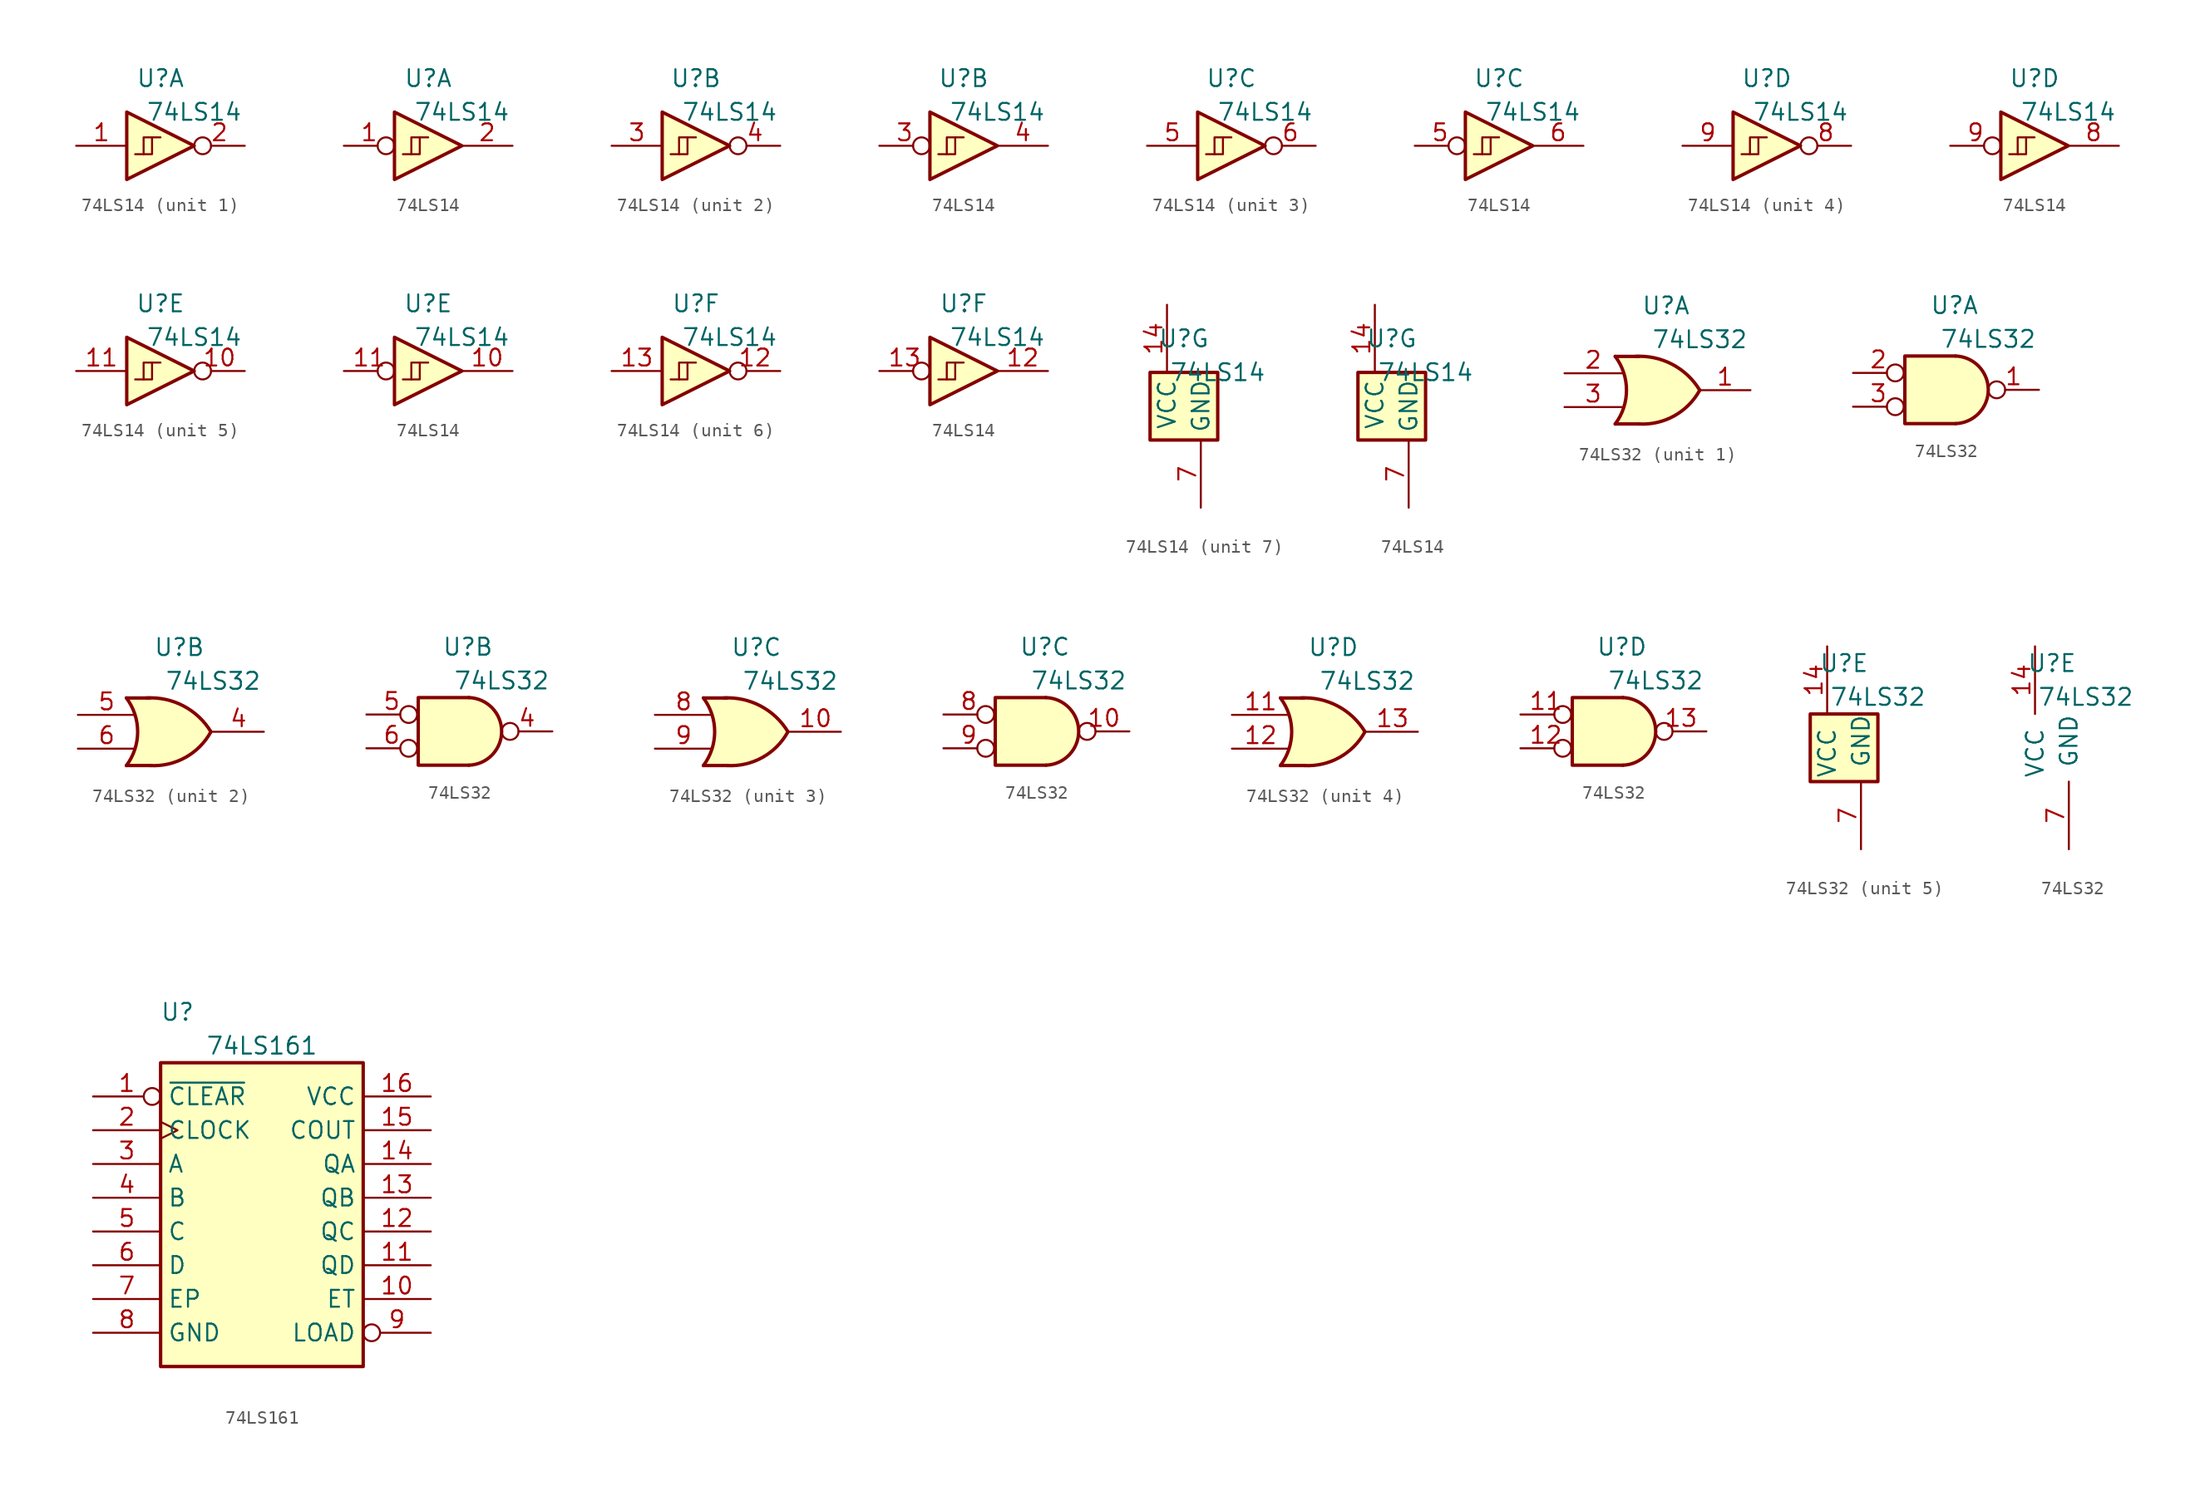
<source format=kicad_sym>
(kicad_symbol_lib
  (version 20220914)
  (generator kicad_symbol_editor)
  (symbol "74LS14"
    (property "Reference" "U"
      (at 0 5.08 0)
      (effects (font (size 1.27 1.27))))
    (property "Value" "74LS14"
      (at 2.54 2.54 0)
      (effects (font (size 1.27 1.27))))
    (property "ki_locked" ""
      (at 0 0 0)
      (effects (font (size 1.27 1.27))))
    (symbol "74LS14_1_0"
      (polyline (pts (xy -0.635 0.635) (xy -0.635 -0.635) (xy -1.905 -0.635)) (stroke (width 0) (type default)) (fill (type none)))
      (polyline (pts (xy 0 0.635) (xy -1.27 0.635) (xy -1.27 -0.635)) (stroke (width 0) (type default)) (fill (type none)))
      (polyline (pts (xy -2.54 2.54) (xy -2.54 -2.54) (xy 2.54 0) (xy -2.54 2.54)) (stroke (width 0.254) (type default)) (fill (type background))))
    (symbol "74LS14_1_1"
      (pin input line (at -6.35 0 0) (length 3.81) (name "~" (effects (font (size 1.27 1.27)))) (number "1" (effects (font (size 1.27 1.27)))))
      (pin output inverted (at 6.35 0 180) (length 3.81) (name "~" (effects (font (size 1.27 1.27)))) (number "2" (effects (font (size 1.27 1.27))))))
    (symbol "74LS14_1_2"
      (pin input inverted (at -6.35 0 0) (length 3.81) (name "~" (effects (font (size 1.27 1.27)))) (number "1" (effects (font (size 1.27 1.27)))))
      (pin output line (at 6.35 0 180) (length 3.81) (name "~" (effects (font (size 1.27 1.27)))) (number "2" (effects (font (size 1.27 1.27))))))
    (symbol "74LS14_2_0"
      (polyline (pts (xy -0.635 0.635) (xy -0.635 -0.635) (xy -1.905 -0.635)) (stroke (width 0) (type default)) (fill (type none)))
      (polyline (pts (xy 0 0.635) (xy -1.27 0.635) (xy -1.27 -0.635)) (stroke (width 0) (type default)) (fill (type none)))
      (polyline (pts (xy -2.54 2.54) (xy -2.54 -2.54) (xy 2.54 0) (xy -2.54 2.54)) (stroke (width 0.254) (type default)) (fill (type background))))
    (symbol "74LS14_2_1"
      (pin input line (at -6.35 0 0) (length 3.81) (name "~" (effects (font (size 1.27 1.27)))) (number "3" (effects (font (size 1.27 1.27)))))
      (pin output inverted (at 6.35 0 180) (length 3.81) (name "~" (effects (font (size 1.27 1.27)))) (number "4" (effects (font (size 1.27 1.27))))))
    (symbol "74LS14_2_2"
      (pin input inverted (at -6.35 0 0) (length 3.81) (name "~" (effects (font (size 1.27 1.27)))) (number "3" (effects (font (size 1.27 1.27)))))
      (pin output line (at 6.35 0 180) (length 3.81) (name "~" (effects (font (size 1.27 1.27)))) (number "4" (effects (font (size 1.27 1.27))))))
    (symbol "74LS14_3_0"
      (polyline (pts (xy -0.635 0.635) (xy -0.635 -0.635) (xy -1.905 -0.635)) (stroke (width 0) (type default)) (fill (type none)))
      (polyline (pts (xy 0 0.635) (xy -1.27 0.635) (xy -1.27 -0.635)) (stroke (width 0) (type default)) (fill (type none)))
      (polyline (pts (xy -2.54 2.54) (xy -2.54 -2.54) (xy 2.54 0) (xy -2.54 2.54)) (stroke (width 0.254) (type default)) (fill (type background))))
    (symbol "74LS14_3_1"
      (pin input line (at -6.35 0 0) (length 3.81) (name "~" (effects (font (size 1.27 1.27)))) (number "5" (effects (font (size 1.27 1.27)))))
      (pin output inverted (at 6.35 0 180) (length 3.81) (name "~" (effects (font (size 1.27 1.27)))) (number "6" (effects (font (size 1.27 1.27))))))
    (symbol "74LS14_3_2"
      (pin input inverted (at -6.35 0 0) (length 3.81) (name "~" (effects (font (size 1.27 1.27)))) (number "5" (effects (font (size 1.27 1.27)))))
      (pin output line (at 6.35 0 180) (length 3.81) (name "~" (effects (font (size 1.27 1.27)))) (number "6" (effects (font (size 1.27 1.27))))))
    (symbol "74LS14_4_0"
      (polyline (pts (xy -0.635 0.635) (xy -0.635 -0.635) (xy -1.905 -0.635)) (stroke (width 0) (type default)) (fill (type none)))
      (polyline (pts (xy 0 0.635) (xy -1.27 0.635) (xy -1.27 -0.635)) (stroke (width 0) (type default)) (fill (type none)))
      (polyline (pts (xy -2.54 2.54) (xy -2.54 -2.54) (xy 2.54 0) (xy -2.54 2.54)) (stroke (width 0.254) (type default)) (fill (type background))))
    (symbol "74LS14_4_1"
      (pin output inverted (at 6.35 0 180) (length 3.81) (name "~" (effects (font (size 1.27 1.27)))) (number "8" (effects (font (size 1.27 1.27)))))
      (pin input line (at -6.35 0 0) (length 3.81) (name "~" (effects (font (size 1.27 1.27)))) (number "9" (effects (font (size 1.27 1.27))))))
    (symbol "74LS14_4_2"
      (pin output line (at 6.35 0 180) (length 3.81) (name "~" (effects (font (size 1.27 1.27)))) (number "8" (effects (font (size 1.27 1.27)))))
      (pin input inverted (at -6.35 0 0) (length 3.81) (name "~" (effects (font (size 1.27 1.27)))) (number "9" (effects (font (size 1.27 1.27))))))
    (symbol "74LS14_5_0"
      (polyline (pts (xy -0.635 0.635) (xy -0.635 -0.635) (xy -1.905 -0.635)) (stroke (width 0) (type default)) (fill (type none)))
      (polyline (pts (xy 0 0.635) (xy -1.27 0.635) (xy -1.27 -0.635)) (stroke (width 0) (type default)) (fill (type none)))
      (polyline (pts (xy -2.54 2.54) (xy -2.54 -2.54) (xy 2.54 0) (xy -2.54 2.54)) (stroke (width 0.254) (type default)) (fill (type background))))
    (symbol "74LS14_5_1"
      (pin output inverted (at 6.35 0 180) (length 3.81) (name "~" (effects (font (size 1.27 1.27)))) (number "10" (effects (font (size 1.27 1.27)))))
      (pin input line (at -6.35 0 0) (length 3.81) (name "~" (effects (font (size 1.27 1.27)))) (number "11" (effects (font (size 1.27 1.27))))))
    (symbol "74LS14_5_2"
      (pin output line (at 6.35 0 180) (length 3.81) (name "~" (effects (font (size 1.27 1.27)))) (number "10" (effects (font (size 1.27 1.27)))))
      (pin input inverted (at -6.35 0 0) (length 3.81) (name "~" (effects (font (size 1.27 1.27)))) (number "11" (effects (font (size 1.27 1.27))))))
    (symbol "74LS14_6_0"
      (polyline (pts (xy -0.635 0.635) (xy -0.635 -0.635) (xy -1.905 -0.635)) (stroke (width 0) (type default)) (fill (type none)))
      (polyline (pts (xy 0 0.635) (xy -1.27 0.635) (xy -1.27 -0.635)) (stroke (width 0) (type default)) (fill (type none)))
      (polyline (pts (xy -2.54 2.54) (xy -2.54 -2.54) (xy 2.54 0) (xy -2.54 2.54)) (stroke (width 0.254) (type default)) (fill (type background))))
    (symbol "74LS14_6_1"
      (pin output inverted (at 6.35 0 180) (length 3.81) (name "~" (effects (font (size 1.27 1.27)))) (number "12" (effects (font (size 1.27 1.27)))))
      (pin input line (at -6.35 0 0) (length 3.81) (name "~" (effects (font (size 1.27 1.27)))) (number "13" (effects (font (size 1.27 1.27))))))
    (symbol "74LS14_6_2"
      (pin output line (at 6.35 0 180) (length 3.81) (name "~" (effects (font (size 1.27 1.27)))) (number "12" (effects (font (size 1.27 1.27)))))
      (pin input inverted (at -6.35 0 0) (length 3.81) (name "~" (effects (font (size 1.27 1.27)))) (number "13" (effects (font (size 1.27 1.27))))))
    (symbol "74LS14_7_0"
      (rectangle (start -2.54 2.54) (end 2.54 -2.54) (stroke (width 0.254) (type default)) (fill (type background)))
      (pin power_in line (at -1.27 7.62 270) (length 5.08) (name "VCC" (effects (font (size 1.27 1.27)))) (number "14" (effects (font (size 1.27 1.27)))))
      (pin power_in line (at 1.27 -7.62 90) (length 5.08) (name "GND" (effects (font (size 1.27 1.27)))) (number "7" (effects (font (size 1.27 1.27)))))))
  (symbol "74LS32"
    (pin_names
      (offset 1.016))
    (property "Reference" "U"
      (at 0 6.35 0)
      (effects (font (size 1.27 1.27))))
    (property "Value" "74LS32"
      (at 2.54 3.81 0)
      (effects (font (size 1.27 1.27))))
    (property "ki_locked" ""
      (at 0 0 0)
      (effects (font (size 1.27 1.27))))
    (symbol "74LS32_1_1"
      (arc (start -3.81 -2.54) (mid -2.964 0) (end -3.81 2.54) (stroke (width 0.254) (type default)) (fill (type none)))
      (arc (start -2.032 -2.54) (mid 0.6219 -1.9322) (end 2.54 0) (stroke (width 0.254) (type default)) (fill (type background)))
      (polyline (pts (xy -3.81 -2.54) (xy -2.032 -2.54)) (stroke (width 0.254) (type default)) (fill (type none)))
      (polyline (pts (xy -3.81 2.54) (xy -2.032 2.54)) (stroke (width 0.254) (type default)) (fill (type none)))
      (polyline (pts (xy -1.27 2.54) (xy -3.81 2.54) (xy -3.175 1.27) (xy -2.794 0) (xy -3.175 -1.27) (xy -3.81 -2.54) (xy -1.27 -2.54)) (stroke (width -25.4) (type default)) (fill (type background)))
      (arc (start 2.54 0) (mid 0.4797 1.9402) (end -2.286 2.54) (stroke (width 0.254) (type default)) (fill (type background)))
      (pin output line (at 6.35 0 180) (length 3.81) (name "~" (effects (font (size 1.27 1.27)))) (number "1" (effects (font (size 1.27 1.27)))))
      (pin input line (at -7.62 1.27 0) (length 4.318) (name "~" (effects (font (size 1.27 1.27)))) (number "2" (effects (font (size 1.27 1.27)))))
      (pin input line (at -7.62 -1.27 0) (length 4.318) (name "~" (effects (font (size 1.27 1.27)))) (number "3" (effects (font (size 1.27 1.27))))))
    (symbol "74LS32_1_2"
      (polyline (pts (xy 0.084 2.54) (xy -3.726 2.54) (xy -3.726 -2.54) (xy 0.084 -2.54)) (stroke (width 0.254) (type default)) (fill (type background)))
      (arc (start 0.0843 -2.54) (mid 2.5414 0) (end 0.0843 2.54) (stroke (width 0.254) (type default)) (fill (type background)))
      (pin output inverted (at 6.35 0 180) (length 3.81) (name "~" (effects (font (size 1.27 1.27)))) (number "1" (effects (font (size 1.27 1.27)))))
      (pin input inverted (at -7.62 1.27 0) (length 3.81) (name "~" (effects (font (size 1.27 1.27)))) (number "2" (effects (font (size 1.27 1.27)))))
      (pin input inverted (at -7.62 -1.27 0) (length 3.81) (name "~" (effects (font (size 1.27 1.27)))) (number "3" (effects (font (size 1.27 1.27))))))
    (symbol "74LS32_2_1"
      (arc (start -3.976 -2.54) (mid -3.13 0) (end -3.976 2.54) (stroke (width 0.254) (type default)) (fill (type none)))
      (arc (start -2.198 -2.54) (mid 0.4559 -1.9322) (end 2.374 0) (stroke (width 0.254) (type default)) (fill (type background)))
      (polyline (pts (xy -3.976 -2.54) (xy -2.198 -2.54)) (stroke (width 0.254) (type default)) (fill (type none)))
      (polyline (pts (xy -3.976 2.54) (xy -2.198 2.54)) (stroke (width 0.254) (type default)) (fill (type none)))
      (polyline (pts (xy -1.436 2.54) (xy -3.976 2.54) (xy -3.341 1.27) (xy -2.96 0) (xy -3.341 -1.27) (xy -3.976 -2.54) (xy -1.436 -2.54)) (stroke (width -25.4) (type default)) (fill (type background)))
      (arc (start 2.374 0) (mid 0.3137 1.9402) (end -2.452 2.54) (stroke (width 0.254) (type default)) (fill (type background)))
      (pin output line (at 6.35 0 180) (length 3.81) (name "~" (effects (font (size 1.27 1.27)))) (number "4" (effects (font (size 1.27 1.27)))))
      (pin input line (at -7.62 1.27 0) (length 4.318) (name "~" (effects (font (size 1.27 1.27)))) (number "5" (effects (font (size 1.27 1.27)))))
      (pin input line (at -7.62 -1.27 0) (length 4.318) (name "~" (effects (font (size 1.27 1.27)))) (number "6" (effects (font (size 1.27 1.27))))))
    (symbol "74LS32_2_2"
      (polyline (pts (xy 0.084 2.54) (xy -3.726 2.54) (xy -3.726 -2.54) (xy 0.084 -2.54)) (stroke (width 0.254) (type default)) (fill (type background)))
      (arc (start 0.0843 -2.54) (mid 2.5414 0) (end 0.0843 2.54) (stroke (width 0.254) (type default)) (fill (type background)))
      (pin output inverted (at 6.35 0 180) (length 3.81) (name "~" (effects (font (size 1.27 1.27)))) (number "4" (effects (font (size 1.27 1.27)))))
      (pin input inverted (at -7.62 1.27 0) (length 3.81) (name "~" (effects (font (size 1.27 1.27)))) (number "5" (effects (font (size 1.27 1.27)))))
      (pin input inverted (at -7.62 -1.27 0) (length 3.81) (name "~" (effects (font (size 1.27 1.27)))) (number "6" (effects (font (size 1.27 1.27))))))
    (symbol "74LS32_3_1"
      (arc (start -3.976 -2.54) (mid -3.13 0) (end -3.976 2.54) (stroke (width 0.254) (type default)) (fill (type none)))
      (arc (start -2.198 -2.54) (mid 0.4559 -1.9322) (end 2.374 0) (stroke (width 0.254) (type default)) (fill (type background)))
      (polyline (pts (xy -3.976 -2.54) (xy -2.198 -2.54)) (stroke (width 0.254) (type default)) (fill (type none)))
      (polyline (pts (xy -3.976 2.54) (xy -2.198 2.54)) (stroke (width 0.254) (type default)) (fill (type none)))
      (polyline (pts (xy -1.436 2.54) (xy -3.976 2.54) (xy -3.341 1.27) (xy -2.96 0) (xy -3.341 -1.27) (xy -3.976 -2.54) (xy -1.436 -2.54)) (stroke (width -25.4) (type default)) (fill (type background)))
      (arc (start 2.374 0) (mid 0.3137 1.9402) (end -2.452 2.54) (stroke (width 0.254) (type default)) (fill (type background)))
      (pin output line (at 6.35 0 180) (length 3.81) (name "~" (effects (font (size 1.27 1.27)))) (number "10" (effects (font (size 1.27 1.27)))))
      (pin input line (at -7.62 1.27 0) (length 4.318) (name "~" (effects (font (size 1.27 1.27)))) (number "8" (effects (font (size 1.27 1.27)))))
      (pin input line (at -7.62 -1.27 0) (length 4.318) (name "~" (effects (font (size 1.27 1.27)))) (number "9" (effects (font (size 1.27 1.27))))))
    (symbol "74LS32_3_2"
      (polyline (pts (xy 0.084 2.54) (xy -3.726 2.54) (xy -3.726 -2.54) (xy 0.084 -2.54)) (stroke (width 0.254) (type default)) (fill (type background)))
      (arc (start 0.0843 -2.54) (mid 2.5414 0) (end 0.0843 2.54) (stroke (width 0.254) (type default)) (fill (type background)))
      (pin output inverted (at 6.35 0 180) (length 3.81) (name "~" (effects (font (size 1.27 1.27)))) (number "10" (effects (font (size 1.27 1.27)))))
      (pin input inverted (at -7.62 1.27 0) (length 3.81) (name "~" (effects (font (size 1.27 1.27)))) (number "8" (effects (font (size 1.27 1.27)))))
      (pin input inverted (at -7.62 -1.27 0) (length 3.81) (name "~" (effects (font (size 1.27 1.27)))) (number "9" (effects (font (size 1.27 1.27))))))
    (symbol "74LS32_4_1"
      (arc (start -3.976 -2.54) (mid -3.13 0) (end -3.976 2.54) (stroke (width 0.254) (type default)) (fill (type none)))
      (arc (start -2.198 -2.54) (mid 0.4559 -1.9322) (end 2.374 0) (stroke (width 0.254) (type default)) (fill (type background)))
      (polyline (pts (xy -3.976 -2.54) (xy -2.198 -2.54)) (stroke (width 0.254) (type default)) (fill (type none)))
      (polyline (pts (xy -3.976 2.54) (xy -2.198 2.54)) (stroke (width 0.254) (type default)) (fill (type none)))
      (polyline (pts (xy -1.436 2.54) (xy -3.976 2.54) (xy -3.341 1.27) (xy -2.96 0) (xy -3.341 -1.27) (xy -3.976 -2.54) (xy -1.436 -2.54)) (stroke (width -25.4) (type default)) (fill (type background)))
      (arc (start 2.374 0) (mid 0.3137 1.9402) (end -2.452 2.54) (stroke (width 0.254) (type default)) (fill (type background)))
      (pin input line (at -7.62 1.27 0) (length 4.318) (name "~" (effects (font (size 1.27 1.27)))) (number "11" (effects (font (size 1.27 1.27)))))
      (pin input line (at -7.62 -1.27 0) (length 4.318) (name "~" (effects (font (size 1.27 1.27)))) (number "12" (effects (font (size 1.27 1.27)))))
      (pin output line (at 6.35 0 180) (length 3.81) (name "~" (effects (font (size 1.27 1.27)))) (number "13" (effects (font (size 1.27 1.27))))))
    (symbol "74LS32_4_2"
      (polyline (pts (xy 0.084 2.54) (xy -3.726 2.54) (xy -3.726 -2.54) (xy 0.084 -2.54)) (stroke (width 0.254) (type default)) (fill (type background)))
      (arc (start 0.0843 -2.54) (mid 2.5414 0) (end 0.0843 2.54) (stroke (width 0.254) (type default)) (fill (type background)))
      (pin input inverted (at -7.62 1.27 0) (length 3.81) (name "~" (effects (font (size 1.27 1.27)))) (number "11" (effects (font (size 1.27 1.27)))))
      (pin input inverted (at -7.62 -1.27 0) (length 3.81) (name "~" (effects (font (size 1.27 1.27)))) (number "12" (effects (font (size 1.27 1.27)))))
      (pin output inverted (at 6.35 0 180) (length 3.81) (name "~" (effects (font (size 1.27 1.27)))) (number "13" (effects (font (size 1.27 1.27))))))
    (symbol "74LS32_5_0"
      (pin power_in line (at -1.27 7.62 270) (length 5.08) (name "VCC" (effects (font (size 1.27 1.27)))) (number "14" (effects (font (size 1.27 1.27)))))
      (pin power_in line (at 1.27 -7.62 90) (length 5.08) (name "GND" (effects (font (size 1.27 1.27)))) (number "7" (effects (font (size 1.27 1.27))))))
    (symbol "74LS32_5_1"
      (rectangle (start -2.54 2.54) (end 2.54 -2.54) (stroke (width 0.254) (type default)) (fill (type background)))))
  (symbol "74LS161"
    (property "Reference" "U"
      (at -6.35 13.97 0)
      (effects (font (size 1.27 1.27))))
    (property "Value" "74LS161"
      (at 0 11.43 0)
      (effects (font (size 1.27 1.27))))
    (symbol "74LS161_0_1"
      (rectangle (start -7.62 10.16) (end 7.62 -12.7) (stroke (width 0.254) (type default)) (fill (type background))))
    (symbol "74LS161_1_1"
      (pin input inverted (at -12.7 7.62 0) (length 5.08) (name "~{CLEAR}" (effects (font (size 1.27 1.27)))) (number "1" (effects (font (size 1.27 1.27)))))
      (pin input line (at 12.7 -7.62 180) (length 5.08) (name "ET" (effects (font (size 1.27 1.27)))) (number "10" (effects (font (size 1.27 1.27)))))
      (pin output line (at 12.7 -5.08 180) (length 5.08) (name "QD" (effects (font (size 1.27 1.27)))) (number "11" (effects (font (size 1.27 1.27)))))
      (pin output line (at 12.7 -2.54 180) (length 5.08) (name "QC" (effects (font (size 1.27 1.27)))) (number "12" (effects (font (size 1.27 1.27)))))
      (pin output line (at 12.7 0 180) (length 5.08) (name "QB" (effects (font (size 1.27 1.27)))) (number "13" (effects (font (size 1.27 1.27)))))
      (pin output line (at 12.7 2.54 180) (length 5.08) (name "QA" (effects (font (size 1.27 1.27)))) (number "14" (effects (font (size 1.27 1.27)))))
      (pin output line (at 12.7 5.08 180) (length 5.08) (name "COUT" (effects (font (size 1.27 1.27)))) (number "15" (effects (font (size 1.27 1.27)))))
      (pin power_in line (at 12.7 7.62 180) (length 5.08) (name "VCC" (effects (font (size 1.27 1.27)))) (number "16" (effects (font (size 1.27 1.27)))))
      (pin input clock (at -12.7 5.08 0) (length 5.08) (name "CLOCK" (effects (font (size 1.27 1.27)))) (number "2" (effects (font (size 1.27 1.27)))))
      (pin input line (at -12.7 2.54 0) (length 5.08) (name "A" (effects (font (size 1.27 1.27)))) (number "3" (effects (font (size 1.27 1.27)))))
      (pin input line (at -12.7 0 0) (length 5.08) (name "B" (effects (font (size 1.27 1.27)))) (number "4" (effects (font (size 1.27 1.27)))))
      (pin input line (at -12.7 -2.54 0) (length 5.08) (name "C" (effects (font (size 1.27 1.27)))) (number "5" (effects (font (size 1.27 1.27)))))
      (pin input line (at -12.7 -5.08 0) (length 5.08) (name "D" (effects (font (size 1.27 1.27)))) (number "6" (effects (font (size 1.27 1.27)))))
      (pin input line (at -12.7 -7.62 0) (length 5.08) (name "EP" (effects (font (size 1.27 1.27)))) (number "7" (effects (font (size 1.27 1.27)))))
      (pin power_in line (at -12.7 -10.16 0) (length 5.08) (name "GND" (effects (font (size 1.27 1.27)))) (number "8" (effects (font (size 1.27 1.27)))))
      (pin input inverted (at 12.7 -10.16 180) (length 5.08) (name "LOAD" (effects (font (size 1.27 1.27)))) (number "9" (effects (font (size 1.27 1.27))))))))
</source>
